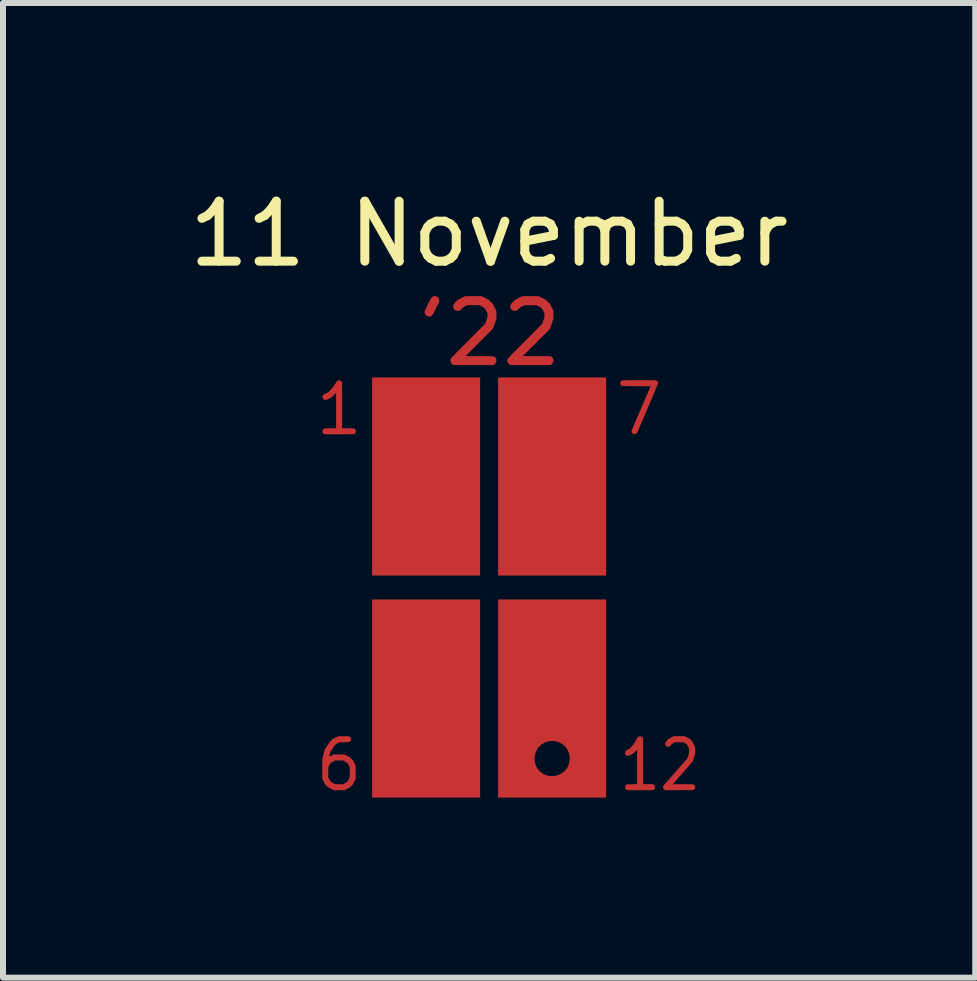
<source format=kicad_pcb>
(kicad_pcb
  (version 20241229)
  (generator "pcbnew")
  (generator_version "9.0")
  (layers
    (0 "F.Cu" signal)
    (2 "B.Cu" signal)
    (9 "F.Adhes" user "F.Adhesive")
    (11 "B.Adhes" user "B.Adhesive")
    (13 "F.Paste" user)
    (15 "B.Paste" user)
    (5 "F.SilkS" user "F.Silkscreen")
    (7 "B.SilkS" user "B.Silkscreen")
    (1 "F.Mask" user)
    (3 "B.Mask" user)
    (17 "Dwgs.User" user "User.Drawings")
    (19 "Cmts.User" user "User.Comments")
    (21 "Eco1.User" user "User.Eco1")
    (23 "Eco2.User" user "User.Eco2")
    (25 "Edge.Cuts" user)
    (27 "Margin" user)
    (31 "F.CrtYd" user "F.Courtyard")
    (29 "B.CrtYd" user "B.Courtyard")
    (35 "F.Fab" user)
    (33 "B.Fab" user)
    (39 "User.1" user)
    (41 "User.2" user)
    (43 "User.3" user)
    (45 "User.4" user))
  (footprint "11 November"
    (layer "F.Cu")
    (at 5.101 6.741)
    (property "Reference" "11 November" (at 0 -5.893 0) (unlocked yes) (layer "F.SilkS") (effects (font (size 1 1) (thickness 0.15))))
    (attr smd)
    (pad "1" smd custom (at -2.718 2.996) (size 0.01 0.01) (layers "F.Cu" "F.Mask" "F.Paste") (options (anchor circle)) (primitives (gr_poly (pts (xy 0.312 -0.518) (xy 0.329 -0.518) (xy 0.342 -0.518) (xy 0.354 -0.518) (xy 0.363 -0.517) (xy 0.37 -0.517) (xy 0.376 -0.517) (xy 0.38 -0.517) (xy 0.383 -0.516) (xy 0.385 -0.516) (xy 0.387 -0.515) (xy 0.389 -0.515) (xy 0.39 -0.514) (xy 0.399 -0.508) (xy 0.408 -0.5) (xy 0.414 -0.49) (xy 0.415 -0.489) (xy 0.417 -0.484) (xy 0.418 -0.479) (xy 0.419 -0.472) (xy 0.419 -0.468) (xy 0.418 -0.46) (xy 0.418 -0.454) (xy 0.416 -0.449) (xy 0.415 -0.447) (xy 0.408 -0.437) (xy 0.4 -0.429) (xy 0.391 -0.423) (xy 0.39 -0.422) (xy 0.388 -0.421) (xy 0.386 -0.421) (xy 0.384 -0.42) (xy 0.381 -0.42) (xy 0.376 -0.419) (xy 0.371 -0.419) (xy 0.364 -0.419) (xy 0.355 -0.418) (xy 0.344 -0.418) (xy 0.33 -0.418) (xy 0.313 -0.418) (xy 0.305 -0.418) (xy 0.227 -0.417) (xy 0.199 -0.403) (xy 0.189 -0.398) (xy 0.182 -0.394) (xy 0.176 -0.39) (xy 0.171 -0.387) (xy 0.167 -0.383) (xy 0.162 -0.379) (xy 0.157 -0.374) (xy 0.155 -0.372) (xy 0.15 -0.367) (xy 0.145 -0.362) (xy 0.141 -0.356) (xy 0.135 -0.349) (xy 0.129 -0.341) (xy 0.122 -0.331) (xy 0.114 -0.319) (xy 0.106 -0.306) (xy 0.072 -0.257) (xy 0.063 -0.219) (xy 0.06 -0.208) (xy 0.057 -0.198) (xy 0.055 -0.19) (xy 0.054 -0.184) (xy 0.053 -0.18) (xy 0.053 -0.179) (xy 0.054 -0.179) (xy 0.058 -0.18) (xy 0.064 -0.183) (xy 0.072 -0.187) (xy 0.081 -0.191) (xy 0.09 -0.195) (xy 0.128 -0.214) (xy 0.307 -0.214) (xy 0.399 -0.168) (xy 0.424 -0.143) (xy 0.449 -0.118) (xy 0.472 -0.072) (xy 0.495 -0.026) (xy 0.495 0.193) (xy 0.472 0.239) (xy 0.449 0.285) (xy 0.424 0.31) (xy 0.399 0.335) (xy 0.353 0.358) (xy 0.307 0.381) (xy 0.22 0.381) (xy 0.199 0.381) (xy 0.182 0.381) (xy 0.168 0.381) (xy 0.156 0.381) (xy 0.146 0.381) (xy 0.138 0.38) (xy 0.133 0.38) (xy 0.129 0.38) (xy 0.127 0.379) (xy 0.126 0.379) (xy 0.123 0.378) (xy 0.118 0.375) (xy 0.11 0.372) (xy 0.1 0.367) (xy 0.09 0.362) (xy 0.079 0.356) (xy 0.077 0.355) (xy 0.034 0.334) (xy 0.009 0.309) (xy -0.017 0.284) (xy -0.039 0.238) (xy -0.062 0.193) (xy -0.062 0.167) (xy 0.038 0.167) (xy 0.053 0.196) (xy 0.058 0.206) (xy 0.062 0.214) (xy 0.065 0.22) (xy 0.069 0.225) (xy 0.072 0.229) (xy 0.076 0.233) (xy 0.08 0.238) (xy 0.08 0.238) (xy 0.085 0.243) (xy 0.089 0.246) (xy 0.094 0.25) (xy 0.099 0.253) (xy 0.106 0.257) (xy 0.114 0.261) (xy 0.123 0.266) (xy 0.153 0.281) (xy 0.217 0.281) (xy 0.281 0.281) (xy 0.309 0.267) (xy 0.319 0.261) (xy 0.327 0.257) (xy 0.333 0.254) (xy 0.338 0.251) (xy 0.343 0.247) (xy 0.347 0.243) (xy 0.351 0.239) (xy 0.356 0.234) (xy 0.36 0.23) (xy 0.363 0.226) (xy 0.367 0.221) (xy 0.37 0.216) (xy 0.374 0.208) (xy 0.379 0.198) (xy 0.38 0.196) (xy 0.395 0.167) (xy 0.395 0) (xy 0.38 -0.029) (xy 0.375 -0.039) (xy 0.371 -0.047) (xy 0.367 -0.053) (xy 0.364 -0.058) (xy 0.361 -0.062) (xy 0.357 -0.066) (xy 0.353 -0.071) (xy 0.351 -0.072) (xy 0.346 -0.077) (xy 0.342 -0.081) (xy 0.337 -0.084) (xy 0.332 -0.088) (xy 0.326 -0.091) (xy 0.318 -0.095) (xy 0.309 -0.1) (xy 0.281 -0.114) (xy 0.154 -0.114) (xy 0.123 -0.099) (xy 0.113 -0.094) (xy 0.105 -0.089) (xy 0.099 -0.086) (xy 0.093 -0.083) (xy 0.089 -0.079) (xy 0.085 -0.076) (xy 0.08 -0.071) (xy 0.076 -0.067) (xy 0.072 -0.063) (xy 0.069 -0.059) (xy 0.066 -0.054) (xy 0.062 -0.048) (xy 0.058 -0.04) (xy 0.053 -0.03) (xy 0.053 -0.029) (xy 0.038 0) (xy 0.038 0.167) (xy -0.062 0.167) (xy -0.062 0.031) (xy -0.063 -0.132) (xy -0.042 -0.215) (xy -0.038 -0.231) (xy -0.034 -0.246) (xy -0.03 -0.261) (xy -0.027 -0.273) (xy -0.024 -0.284) (xy -0.022 -0.293) (xy -0.02 -0.299) (xy -0.019 -0.302) (xy -0.018 -0.303) (xy -0.017 -0.305) (xy -0.014 -0.31) (xy -0.009 -0.316) (xy -0.003 -0.325) (xy 0.003 -0.335) (xy 0.011 -0.347) (xy 0.019 -0.359) (xy 0.025 -0.367) (xy 0.034 -0.381) (xy 0.043 -0.393) (xy 0.049 -0.403) (xy 0.055 -0.411) (xy 0.06 -0.418) (xy 0.064 -0.423) (xy 0.069 -0.428) (xy 0.073 -0.433) (xy 0.077 -0.438) (xy 0.082 -0.442) (xy 0.087 -0.448) (xy 0.088 -0.449) (xy 0.111 -0.472) (xy 0.157 -0.495) (xy 0.203 -0.518) (xy 0.293 -0.518)) (width 0) (fill yes))))
    (pad "1" smd custom (at -2.515 -2.794) (size 0.01 0.01) (layers "F.Cu" "F.Mask" "F.Paste") (options (anchor circle)) (primitives (gr_poly (pts (xy 0.025 -0.658) (xy 0.037 -0.654) (xy 0.047 -0.647) (xy 0.055 -0.639) (xy 0.061 -0.629) (xy 0.065 -0.622) (xy 0.065 0.14) (xy 0.161 0.141) (xy 0.182 0.141) (xy 0.199 0.141) (xy 0.213 0.141) (xy 0.225 0.141) (xy 0.235 0.141) (xy 0.243 0.142) (xy 0.249 0.142) (xy 0.253 0.142) (xy 0.257 0.143) (xy 0.26 0.143) (xy 0.262 0.144) (xy 0.264 0.144) (xy 0.265 0.145) (xy 0.275 0.151) (xy 0.283 0.159) (xy 0.289 0.169) (xy 0.29 0.17) (xy 0.292 0.175) (xy 0.293 0.18) (xy 0.294 0.187) (xy 0.294 0.191) (xy 0.294 0.199) (xy 0.293 0.205) (xy 0.291 0.21) (xy 0.29 0.212) (xy 0.283 0.222) (xy 0.275 0.23) (xy 0.266 0.236) (xy 0.265 0.237) (xy 0.257 0.24) (xy 0.018 0.241) (xy -0.014 0.241) (xy -0.044 0.241) (xy -0.071 0.241) (xy -0.095 0.241) (xy -0.116 0.241) (xy -0.135 0.241) (xy -0.152 0.241) (xy -0.166 0.241) (xy -0.178 0.241) (xy -0.189 0.241) (xy -0.198 0.24) (xy -0.205 0.24) (xy -0.211 0.24) (xy -0.216 0.24) (xy -0.22 0.24) (xy -0.223 0.239) (xy -0.225 0.239) (xy -0.227 0.239) (xy -0.228 0.238) (xy -0.229 0.238) (xy -0.24 0.233) (xy -0.249 0.225) (xy -0.255 0.216) (xy -0.26 0.206) (xy -0.262 0.196) (xy -0.262 0.185) (xy -0.259 0.174) (xy -0.255 0.164) (xy -0.248 0.155) (xy -0.238 0.148) (xy -0.233 0.145) (xy -0.231 0.144) (xy -0.23 0.144) (xy -0.228 0.143) (xy -0.225 0.143) (xy -0.221 0.142) (xy -0.217 0.142) (xy -0.21 0.142) (xy -0.202 0.141) (xy -0.193 0.141) (xy -0.181 0.141) (xy -0.166 0.141) (xy -0.149 0.141) (xy -0.13 0.141) (xy -0.035 0.14) (xy -0.035 -0.449) (xy -0.071 -0.413) (xy -0.107 -0.377) (xy -0.198 -0.332) (xy -0.212 -0.332) (xy -0.22 -0.332) (xy -0.226 -0.333) (xy -0.231 -0.334) (xy -0.234 -0.336) (xy -0.244 -0.343) (xy -0.253 -0.352) (xy -0.258 -0.36) (xy -0.261 -0.369) (xy -0.262 -0.379) (xy -0.261 -0.39) (xy -0.259 -0.399) (xy -0.258 -0.402) (xy -0.256 -0.407) (xy -0.253 -0.411) (xy -0.249 -0.415) (xy -0.244 -0.419) (xy -0.238 -0.424) (xy -0.229 -0.428) (xy -0.219 -0.434) (xy -0.206 -0.441) (xy -0.204 -0.442) (xy -0.166 -0.461) (xy -0.131 -0.497) (xy -0.095 -0.533) (xy -0.058 -0.588) (xy -0.048 -0.603) (xy -0.04 -0.616) (xy -0.033 -0.626) (xy -0.027 -0.634) (xy -0.022 -0.64) (xy -0.018 -0.645) (xy -0.014 -0.649) (xy -0.011 -0.652) (xy -0.007 -0.654) (xy -0.003 -0.655) (xy 0.001 -0.657) (xy 0.001 -0.657) (xy 0.013 -0.659)) (width 0) (fill yes))))
    (pad "1" smd custom (at -1.448 -0.432) (size 0.01 0.01) (layers "F.Cu" "F.Mask" "F.Paste") (options (anchor circle)) (primitives (gr_poly (pts (xy 1.298 0.232) (xy -0.502 0.232) (xy -0.502 -3.069) (xy 1.298 -3.069)) (width 0) (fill yes))))
    (pad "1" smd custom (at -1.448 3.268) (size 0.01 0.01) (layers "F.Cu" "F.Mask" "F.Paste") (options (anchor circle)) (primitives (gr_poly (pts (xy 1.298 0.232) (xy -0.502 0.232) (xy -0.502 -3.069) (xy 1.298 -3.069)) (width 0) (fill yes))))
    (pad "1" smd custom (at -0.914 -4.75) (size 0.01 0.01) (layers "F.Cu" "F.Mask" "F.Paste") (options (anchor circle)) (primitives (gr_poly (pts (xy 0.028 -0.104) (xy 0.043 -0.099) (xy 0.057 -0.09) (xy 0.063 -0.085) (xy 0.074 -0.071) (xy 0.08 -0.057) (xy 0.083 -0.04) (xy 0.084 -0.031) (xy 0.084 -0.012) (xy 0.03 0.095) (xy 0.017 0.122) (xy 0.005 0.144) (xy -0.004 0.163) (xy -0.013 0.178) (xy -0.02 0.191) (xy -0.026 0.201) (xy -0.031 0.208) (xy -0.036 0.214) (xy -0.04 0.219) (xy -0.045 0.222) (xy -0.05 0.225) (xy -0.055 0.228) (xy -0.056 0.228) (xy -0.068 0.232) (xy -0.082 0.234) (xy -0.097 0.234) (xy -0.109 0.231) (xy -0.109 0.231) (xy -0.126 0.223) (xy -0.14 0.212) (xy -0.151 0.197) (xy -0.159 0.181) (xy -0.162 0.163) (xy -0.162 0.152) (xy -0.16 0.146) (xy -0.157 0.137) (xy -0.151 0.124) (xy -0.144 0.109) (xy -0.136 0.091) (xy -0.127 0.072) (xy -0.117 0.052) (xy -0.107 0.031) (xy -0.097 0.011) (xy -0.086 -0.009) (xy -0.077 -0.028) (xy -0.067 -0.045) (xy -0.059 -0.06) (xy -0.052 -0.072) (xy -0.047 -0.08) (xy -0.043 -0.085) (xy -0.031 -0.095) (xy -0.018 -0.102) (xy -0.003 -0.105) (xy 0.01 -0.106)) (width 0) (fill yes))))
    (pad "1" smd custom (at 0.076 -4.572) (size 0.01 0.01) (layers "F.Cu" "F.Mask" "F.Paste") (options (anchor circle)) (primitives (gr_poly (pts (xy -0.263 -0.284) (xy -0.244 -0.284) (xy -0.229 -0.284) (xy -0.218 -0.283) (xy -0.209 -0.283) (xy -0.203 -0.282) (xy -0.199 -0.282) (xy -0.199 -0.282) (xy -0.194 -0.28) (xy -0.185 -0.276) (xy -0.173 -0.27) (xy -0.16 -0.263) (xy -0.145 -0.256) (xy -0.136 -0.251) (xy -0.083 -0.224) (xy -0.014 -0.155) (xy 0.014 -0.102) (xy 0.021 -0.086) (xy 0.029 -0.072) (xy 0.035 -0.059) (xy 0.04 -0.048) (xy 0.043 -0.041) (xy 0.044 -0.039) (xy 0.045 -0.033) (xy 0.046 -0.025) (xy 0.046 -0.014) (xy 0.047 0.001) (xy 0.047 0.021) (xy 0.046 0.033) (xy 0.046 0.095) (xy 0.02 0.168) (xy 0.014 0.187) (xy 0.008 0.204) (xy 0.002 0.22) (xy -0.003 0.233) (xy -0.006 0.243) (xy -0.009 0.25) (xy -0.009 0.251) (xy -0.011 0.254) (xy -0.014 0.258) (xy -0.02 0.264) (xy -0.027 0.272) (xy -0.037 0.283) (xy -0.05 0.296) (xy -0.064 0.311) (xy -0.082 0.329) (xy -0.102 0.35) (xy -0.125 0.373) (xy -0.152 0.399) (xy -0.181 0.429) (xy -0.214 0.462) (xy -0.24 0.488) (xy -0.466 0.715) (xy -0.237 0.716) (xy -0.199 0.716) (xy -0.165 0.716) (xy -0.135 0.716) (xy -0.109 0.716) (xy -0.087 0.716) (xy -0.068 0.716) (xy -0.052 0.716) (xy -0.039 0.717) (xy -0.029 0.717) (xy -0.021 0.717) (xy -0.014 0.718) (xy -0.009 0.718) (xy -0.006 0.719) (xy -0.003 0.719) (xy -0.000429 0.72) (xy 0.002 0.721) (xy 0.003 0.722) (xy 0.017 0.73) (xy 0.029 0.743) (xy 0.039 0.757) (xy 0.04 0.758) (xy 0.043 0.766) (xy 0.045 0.775) (xy 0.046 0.785) (xy 0.046 0.79) (xy 0.045 0.802) (xy 0.044 0.811) (xy 0.041 0.819) (xy 0.04 0.822) (xy 0.03 0.837) (xy 0.018 0.85) (xy 0.004 0.859) (xy 0.003 0.859) (xy -0.009 0.865) (xy -0.334 0.865) (xy -0.381 0.865) (xy -0.423 0.865) (xy -0.461 0.865) (xy -0.495 0.865) (xy -0.524 0.865) (xy -0.55 0.865) (xy -0.573 0.865) (xy -0.592 0.865) (xy -0.609 0.865) (xy -0.623 0.865) (xy -0.635 0.865) (xy -0.644 0.864) (xy -0.652 0.864) (xy -0.658 0.864) (xy -0.662 0.863) (xy -0.666 0.863) (xy -0.669 0.862) (xy -0.671 0.862) (xy -0.672 0.861) (xy -0.689 0.853) (xy -0.702 0.842) (xy -0.713 0.827) (xy -0.719 0.811) (xy -0.722 0.793) (xy -0.721 0.775) (xy -0.715 0.758) (xy -0.714 0.756) (xy -0.712 0.753) (xy -0.708 0.748) (xy -0.703 0.743) (xy -0.697 0.736) (xy -0.689 0.727) (xy -0.679 0.717) (xy -0.667 0.704) (xy -0.653 0.69) (xy -0.637 0.674) (xy -0.618 0.655) (xy -0.597 0.633) (xy -0.573 0.609) (xy -0.547 0.582) (xy -0.517 0.553) (xy -0.484 0.52) (xy -0.448 0.484) (xy -0.426 0.461) (xy -0.142 0.177) (xy -0.104 0.063) (xy -0.104 0.032) (xy -0.104 0.001) (xy -0.12 -0.031) (xy -0.128 -0.045) (xy -0.134 -0.057) (xy -0.141 -0.066) (xy -0.148 -0.074) (xy -0.154 -0.081) (xy -0.162 -0.089) (xy -0.17 -0.095) (xy -0.178 -0.101) (xy -0.187 -0.107) (xy -0.2 -0.114) (xy -0.205 -0.116) (xy -0.239 -0.134) (xy -0.438 -0.134) (xy -0.471 -0.117) (xy -0.484 -0.111) (xy -0.494 -0.105) (xy -0.503 -0.099) (xy -0.511 -0.093) (xy -0.52 -0.085) (xy -0.53 -0.075) (xy -0.544 -0.062) (xy -0.555 -0.053) (xy -0.564 -0.046) (xy -0.574 -0.042) (xy -0.583 -0.04) (xy -0.594 -0.039) (xy -0.6 -0.038) (xy -0.618 -0.04) (xy -0.633 -0.045) (xy -0.647 -0.054) (xy -0.653 -0.059) (xy -0.664 -0.073) (xy -0.671 -0.087) (xy -0.674 -0.104) (xy -0.674 -0.113) (xy -0.674 -0.123) (xy -0.673 -0.133) (xy -0.67 -0.141) (xy -0.666 -0.149) (xy -0.659 -0.158) (xy -0.65 -0.169) (xy -0.638 -0.181) (xy -0.629 -0.191) (xy -0.595 -0.224) (xy -0.536 -0.254) (xy -0.476 -0.283) (xy -0.343 -0.284) (xy -0.312 -0.284) (xy -0.285 -0.284)) (width 0) (fill yes))))
    (pad "1" smd custom (at 0.627 3.319) (size 0.01 0.01) (layers "F.Cu" "F.Mask" "F.Paste") (options (anchor circle)) (primitives (gr_poly (pts (xy -0.477 -3.12) (xy 1.323 -3.12) (xy 1.323 -0.469) (xy 0.717 -0.469) (xy 0.708 -0.543) (xy 0.683 -0.609) (xy 0.644 -0.665) (xy 0.593 -0.71) (xy 0.534 -0.742) (xy 0.468 -0.76) (xy 0.397 -0.762) (xy 0.325 -0.746) (xy 0.298 -0.735) (xy 0.237 -0.697) (xy 0.188 -0.646) (xy 0.154 -0.587) (xy 0.134 -0.521) (xy 0.129 -0.453) (xy 0.14 -0.385) (xy 0.167 -0.321) (xy 0.211 -0.263) (xy 0.214 -0.26) (xy 0.272 -0.214) (xy 0.336 -0.186) (xy 0.402 -0.175) (xy 0.468 -0.178) (xy 0.531 -0.196) (xy 0.589 -0.227) (xy 0.639 -0.27) (xy 0.679 -0.323) (xy 0.706 -0.387) (xy 0.717 -0.459) (xy 0.717 -0.469) (xy 1.323 -0.469) (xy 1.323 0.182) (xy -0.477 0.182)) (width 0) (fill yes))))
    (pad "1" smd custom (at 0.652 -0.432) (size 0.01 0.01) (layers "F.Cu" "F.Mask" "F.Paste") (options (anchor circle)) (primitives (gr_poly (pts (xy 1.298 0.232) (xy -0.502 0.232) (xy -0.502 -3.069) (xy 1.298 -3.069)) (width 0) (fill yes))))
    (pad "1" smd custom (at 0.965 -4.724) (size 0.01 0.01) (layers "F.Cu" "F.Mask" "F.Paste") (options (anchor circle)) (primitives (gr_poly (pts (xy -0.308 -0.132) (xy -0.277 -0.132) (xy -0.272 -0.132) (xy -0.138 -0.131) (xy -0.079 -0.101) (xy -0.019 -0.072) (xy 0.015 -0.037) (xy 0.05 -0.002) (xy 0.078 0.055) (xy 0.107 0.113) (xy 0.108 0.177) (xy 0.108 0.241) (xy 0.082 0.321) (xy 0.076 0.34) (xy 0.069 0.358) (xy 0.064 0.375) (xy 0.059 0.388) (xy 0.055 0.399) (xy 0.053 0.406) (xy 0.052 0.408) (xy 0.05 0.411) (xy 0.044 0.417) (xy 0.036 0.426) (xy 0.024 0.438) (xy 0.01 0.452) (xy -0.006 0.469) (xy -0.025 0.488) (xy -0.046 0.509) (xy -0.069 0.532) (xy -0.093 0.557) (xy -0.118 0.582) (xy -0.145 0.609) (xy -0.173 0.637) (xy -0.177 0.642) (xy -0.403 0.867) (xy -0.175 0.868) (xy -0.136 0.868) (xy -0.102 0.868) (xy -0.073 0.868) (xy -0.047 0.868) (xy -0.025 0.869) (xy -0.006 0.869) (xy 0.009 0.869) (xy 0.022 0.869) (xy 0.032 0.869) (xy 0.041 0.87) (xy 0.047 0.87) (xy 0.052 0.871) (xy 0.056 0.871) (xy 0.058 0.872) (xy 0.061 0.873) (xy 0.063 0.873) (xy 0.064 0.874) (xy 0.078 0.883) (xy 0.091 0.895) (xy 0.1 0.91) (xy 0.101 0.911) (xy 0.105 0.925) (xy 0.107 0.941) (xy 0.106 0.957) (xy 0.102 0.972) (xy 0.101 0.975) (xy 0.091 0.989) (xy 0.079 1.002) (xy 0.065 1.011) (xy 0.064 1.012) (xy 0.052 1.017) (xy -0.273 1.018) (xy -0.32 1.018) (xy -0.362 1.018) (xy -0.4 1.018) (xy -0.433 1.018) (xy -0.463 1.018) (xy -0.489 1.018) (xy -0.512 1.018) (xy -0.531 1.018) (xy -0.548 1.017) (xy -0.562 1.017) (xy -0.573 1.017) (xy -0.583 1.017) (xy -0.591 1.017) (xy -0.597 1.016) (xy -0.601 1.016) (xy -0.605 1.015) (xy -0.608 1.015) (xy -0.61 1.014) (xy -0.611 1.014) (xy -0.627 1.006) (xy -0.641 0.994) (xy -0.651 0.98) (xy -0.658 0.963) (xy -0.661 0.946) (xy -0.66 0.928) (xy -0.654 0.91) (xy -0.652 0.908) (xy -0.65 0.904) (xy -0.645 0.899) (xy -0.639 0.892) (xy -0.631 0.884) (xy -0.621 0.873) (xy -0.609 0.861) (xy -0.595 0.846) (xy -0.578 0.829) (xy -0.559 0.81) (xy -0.538 0.788) (xy -0.513 0.763) (xy -0.486 0.736) (xy -0.455 0.705) (xy -0.422 0.671) (xy -0.385 0.634) (xy -0.364 0.614) (xy -0.08 0.329) (xy -0.061 0.274) (xy -0.043 0.218) (xy -0.043 0.152) (xy -0.059 0.12) (xy -0.069 0.1) (xy -0.079 0.084) (xy -0.09 0.071) (xy -0.102 0.06) (xy -0.116 0.05) (xy -0.134 0.04) (xy -0.142 0.036) (xy -0.176 0.019) (xy -0.376 0.019) (xy -0.41 0.036) (xy -0.424 0.044) (xy -0.435 0.049) (xy -0.443 0.055) (xy -0.451 0.061) (xy -0.46 0.069) (xy -0.47 0.078) (xy -0.47 0.078) (xy -0.483 0.091) (xy -0.494 0.1) (xy -0.504 0.107) (xy -0.514 0.111) (xy -0.524 0.113) (xy -0.536 0.114) (xy -0.539 0.114) (xy -0.557 0.112) (xy -0.572 0.107) (xy -0.586 0.099) (xy -0.592 0.093) (xy -0.603 0.08) (xy -0.61 0.065) (xy -0.613 0.049) (xy -0.613 0.04) (xy -0.613 0.03) (xy -0.611 0.021) (xy -0.609 0.012) (xy -0.604 0.004) (xy -0.598 -0.005) (xy -0.588 -0.015) (xy -0.576 -0.028) (xy -0.566 -0.038) (xy -0.531 -0.072) (xy -0.479 -0.099) (xy -0.463 -0.107) (xy -0.449 -0.114) (xy -0.436 -0.12) (xy -0.425 -0.125) (xy -0.418 -0.128) (xy -0.416 -0.129) (xy -0.412 -0.13) (xy -0.406 -0.13) (xy -0.398 -0.131) (xy -0.387 -0.131) (xy -0.373 -0.132) (xy -0.355 -0.132) (xy -0.333 -0.132)) (width 0) (fill yes))))
    (pad "1" smd custom (at 2.667 3.353) (size 0.01 0.01) (layers "F.Cu" "F.Mask" "F.Paste") (options (anchor circle)) (primitives (gr_poly (pts (xy -0.137 -0.873) (xy -0.126 -0.868) (xy -0.117 -0.862) (xy -0.109 -0.853) (xy -0.105 -0.846) (xy -0.101 -0.838) (xy -0.101 -0.457) (xy -0.1 -0.076) (xy 0.062 -0.075) (xy 0.071 -0.071) (xy 0.081 -0.064) (xy 0.09 -0.054) (xy 0.095 -0.047) (xy 0.097 -0.041) (xy 0.098 -0.036) (xy 0.099 -0.029) (xy 0.099 -0.025) (xy 0.099 -0.018) (xy 0.098 -0.012) (xy 0.096 -0.007) (xy 0.095 -0.004) (xy 0.088 0.007) (xy 0.078 0.015) (xy 0.071 0.02) (xy 0.062 0.024) (xy -0.149 0.024) (xy -0.181 0.024) (xy -0.21 0.024) (xy -0.236 0.024) (xy -0.259 0.024) (xy -0.279 0.024) (xy -0.297 0.024) (xy -0.312 0.024) (xy -0.325 0.024) (xy -0.336 0.024) (xy -0.345 0.024) (xy -0.353 0.024) (xy -0.358 0.023) (xy -0.362 0.023) (xy -0.365 0.023) (xy -0.367 0.023) (xy -0.367 0.023) (xy -0.378 0.018) (xy -0.387 0.01) (xy -0.394 0.002) (xy -0.399 -0.008) (xy -0.402 -0.019) (xy -0.402 -0.03) (xy -0.4 -0.041) (xy -0.395 -0.051) (xy -0.388 -0.06) (xy -0.379 -0.068) (xy -0.373 -0.071) (xy -0.365 -0.075) (xy -0.283 -0.075) (xy -0.201 -0.076) (xy -0.201 -0.364) (xy -0.201 -0.395) (xy -0.201 -0.424) (xy -0.201 -0.453) (xy -0.201 -0.48) (xy -0.201 -0.506) (xy -0.201 -0.531) (xy -0.201 -0.553) (xy -0.201 -0.574) (xy -0.201 -0.593) (xy -0.201 -0.609) (xy -0.201 -0.623) (xy -0.201 -0.635) (xy -0.201 -0.643) (xy -0.202 -0.649) (xy -0.202 -0.652) (xy -0.202 -0.652) (xy -0.203 -0.651) (xy -0.206 -0.648) (xy -0.211 -0.643) (xy -0.216 -0.636) (xy -0.223 -0.628) (xy -0.226 -0.625) (xy -0.233 -0.617) (xy -0.239 -0.61) (xy -0.245 -0.604) (xy -0.25 -0.599) (xy -0.252 -0.596) (xy -0.253 -0.596) (xy -0.256 -0.593) (xy -0.262 -0.59) (xy -0.269 -0.586) (xy -0.278 -0.581) (xy -0.288 -0.575) (xy -0.298 -0.569) (xy -0.308 -0.564) (xy -0.317 -0.559) (xy -0.325 -0.555) (xy -0.332 -0.551) (xy -0.337 -0.549) (xy -0.338 -0.549) (xy -0.35 -0.547) (xy -0.361 -0.548) (xy -0.373 -0.551) (xy -0.383 -0.558) (xy -0.392 -0.566) (xy -0.398 -0.575) (xy -0.401 -0.585) (xy -0.402 -0.595) (xy -0.401 -0.606) (xy -0.399 -0.615) (xy -0.398 -0.618) (xy -0.395 -0.623) (xy -0.392 -0.627) (xy -0.387 -0.632) (xy -0.381 -0.636) (xy -0.374 -0.641) (xy -0.364 -0.647) (xy -0.352 -0.655) (xy -0.349 -0.656) (xy -0.316 -0.675) (xy -0.288 -0.708) (xy -0.259 -0.741) (xy -0.225 -0.799) (xy -0.216 -0.814) (xy -0.209 -0.826) (xy -0.202 -0.836) (xy -0.198 -0.844) (xy -0.193 -0.85) (xy -0.19 -0.855) (xy -0.187 -0.859) (xy -0.185 -0.861) (xy -0.183 -0.863) (xy -0.182 -0.864) (xy -0.172 -0.87) (xy -0.16 -0.874) (xy -0.149 -0.875)) (width 0) (fill yes))))
    (pad "1" smd custom (at 2.692 -3.251) (size 0.01 0.01) (layers "F.Cu" "F.Mask" "F.Paste") (options (anchor circle)) (primitives (gr_poly (pts (xy -0.139 -0.204) (xy -0.094 -0.204) (xy -0.055 -0.204) (xy -0.022 -0.204) (xy 0.006 -0.204) (xy 0.028 -0.204) (xy 0.047 -0.203) (xy 0.062 -0.203) (xy 0.073 -0.202) (xy 0.082 -0.202) (xy 0.088 -0.201) (xy 0.093 -0.2) (xy 0.096 -0.199) (xy 0.099 -0.198) (xy 0.099 -0.197) (xy 0.112 -0.187) (xy 0.121 -0.173) (xy 0.125 -0.157) (xy 0.125 -0.155) (xy 0.124 -0.15) (xy 0.12 -0.14) (xy 0.113 -0.123) (xy 0.104 -0.101) (xy 0.093 -0.075) (xy 0.08 -0.044) (xy 0.066 -0.01) (xy 0.05 0.028) (xy 0.033 0.068) (xy 0.015 0.111) (xy -0.004 0.155) (xy -0.023 0.201) (xy -0.043 0.247) (xy -0.063 0.293) (xy -0.082 0.339) (xy -0.102 0.384) (xy -0.12 0.428) (xy -0.138 0.47) (xy -0.155 0.509) (xy -0.171 0.546) (xy -0.186 0.579) (xy -0.198 0.608) (xy -0.209 0.632) (xy -0.218 0.652) (xy -0.224 0.666) (xy -0.228 0.674) (xy -0.229 0.676) (xy -0.238 0.685) (xy -0.251 0.692) (xy -0.266 0.696) (xy -0.27 0.696) (xy -0.28 0.694) (xy -0.292 0.69) (xy -0.293 0.689) (xy -0.306 0.679) (xy -0.315 0.664) (xy -0.319 0.648) (xy -0.319 0.646) (xy -0.318 0.641) (xy -0.313 0.63) (xy -0.306 0.612) (xy -0.297 0.589) (xy -0.286 0.561) (xy -0.272 0.529) (xy -0.256 0.492) (xy -0.239 0.451) (xy -0.22 0.406) (xy -0.2 0.359) (xy -0.178 0.308) (xy -0.16 0.266) (xy -0.001 -0.102) (xy -0.239 -0.104) (xy -0.288 -0.105) (xy -0.331 -0.105) (xy -0.367 -0.105) (xy -0.397 -0.106) (xy -0.422 -0.106) (xy -0.442 -0.107) (xy -0.458 -0.108) (xy -0.471 -0.109) (xy -0.48 -0.111) (xy -0.487 -0.113) (xy -0.492 -0.116) (xy -0.495 -0.119) (xy -0.498 -0.122) (xy -0.5 -0.127) (xy -0.502 -0.132) (xy -0.502 -0.132) (xy -0.507 -0.15) (xy -0.506 -0.168) (xy -0.498 -0.184) (xy -0.485 -0.196) (xy -0.482 -0.197) (xy -0.479 -0.199) (xy -0.476 -0.2) (xy -0.471 -0.201) (xy -0.465 -0.201) (xy -0.457 -0.202) (xy -0.446 -0.203) (xy -0.431 -0.203) (xy -0.413 -0.203) (xy -0.391 -0.204) (xy -0.364 -0.204) (xy -0.331 -0.204) (xy -0.293 -0.204) (xy -0.248 -0.204) (xy -0.197 -0.204) (xy -0.191 -0.204)) (width 0) (fill yes))))
    (pad "1" smd custom (at 3.277 3.327) (size 0.01 0.01) (layers "F.Cu" "F.Mask" "F.Paste") (options (anchor circle)) (primitives (gr_poly (pts (xy -0.089 -0.85) (xy -0.074 -0.85) (xy -0.06 -0.849) (xy -0.047 -0.849) (xy -0.035 -0.849) (xy -0.026 -0.849) (xy -0.019 -0.848) (xy -0.014 -0.848) (xy -0.014 -0.848) (xy -0.011 -0.847) (xy -0.005 -0.844) (xy 0.003 -0.84) (xy 0.012 -0.835) (xy 0.022 -0.829) (xy 0.032 -0.824) (xy 0.072 -0.801) (xy 0.091 -0.78) (xy 0.098 -0.772) (xy 0.104 -0.765) (xy 0.109 -0.759) (xy 0.113 -0.755) (xy 0.114 -0.752) (xy 0.116 -0.749) (xy 0.119 -0.744) (xy 0.123 -0.736) (xy 0.127 -0.727) (xy 0.132 -0.716) (xy 0.137 -0.705) (xy 0.138 -0.704) (xy 0.156 -0.661) (xy 0.157 -0.613) (xy 0.157 -0.565) (xy 0.139 -0.5) (xy 0.134 -0.483) (xy 0.13 -0.468) (xy 0.126 -0.456) (xy 0.123 -0.446) (xy 0.12 -0.439) (xy 0.118 -0.434) (xy 0.116 -0.43) (xy 0.116 -0.429) (xy 0.114 -0.427) (xy 0.111 -0.423) (xy 0.105 -0.416) (xy 0.098 -0.408) (xy 0.088 -0.397) (xy 0.078 -0.385) (xy 0.066 -0.371) (xy 0.052 -0.356) (xy 0.038 -0.339) (xy 0.022 -0.321) (xy 0.005 -0.302) (xy -0.012 -0.282) (xy -0.03 -0.261) (xy -0.049 -0.24) (xy -0.052 -0.236) (xy -0.216 -0.05) (xy -0.048 -0.05) (xy -0.021 -0.05) (xy 0.003 -0.05) (xy 0.025 -0.05) (xy 0.043 -0.05) (xy 0.059 -0.05) (xy 0.073 -0.05) (xy 0.084 -0.049) (xy 0.094 -0.049) (xy 0.102 -0.049) (xy 0.108 -0.049) (xy 0.113 -0.049) (xy 0.117 -0.048) (xy 0.12 -0.048) (xy 0.123 -0.048) (xy 0.124 -0.047) (xy 0.126 -0.047) (xy 0.127 -0.046) (xy 0.128 -0.046) (xy 0.137 -0.04) (xy 0.145 -0.032) (xy 0.152 -0.022) (xy 0.152 -0.021) (xy 0.155 -0.012) (xy 0.157 -0.001) (xy 0.156 0.01) (xy 0.153 0.019) (xy 0.152 0.021) (xy 0.146 0.031) (xy 0.138 0.039) (xy 0.128 0.046) (xy 0.128 0.046) (xy 0.12 0.049) (xy -0.108 0.05) (xy -0.141 0.05) (xy -0.171 0.05) (xy -0.197 0.05) (xy -0.221 0.05) (xy -0.242 0.05) (xy -0.261 0.05) (xy -0.277 0.05) (xy -0.292 0.05) (xy -0.304 0.05) (xy -0.314 0.049) (xy -0.322 0.049) (xy -0.329 0.049) (xy -0.334 0.049) (xy -0.338 0.049) (xy -0.341 0.048) (xy -0.342 0.048) (xy -0.343 0.048) (xy -0.354 0.043) (xy -0.363 0.035) (xy -0.371 0.026) (xy -0.376 0.015) (xy -0.378 0.003) (xy -0.378 -0.000019) (xy -0.377 -0.01) (xy -0.374 -0.02) (xy -0.369 -0.028) (xy -0.368 -0.029) (xy -0.367 -0.031) (xy -0.364 -0.035) (xy -0.358 -0.041) (xy -0.351 -0.049) (xy -0.342 -0.059) (xy -0.332 -0.071) (xy -0.32 -0.084) (xy -0.308 -0.099) (xy -0.293 -0.115) (xy -0.279 -0.132) (xy -0.263 -0.15) (xy -0.246 -0.169) (xy -0.229 -0.188) (xy -0.212 -0.208) (xy -0.194 -0.229) (xy -0.176 -0.249) (xy -0.158 -0.27) (xy -0.14 -0.29) (xy -0.122 -0.31) (xy -0.105 -0.33) (xy -0.088 -0.349) (xy -0.072 -0.368) (xy -0.056 -0.385) (xy -0.041 -0.402) (xy -0.028 -0.417) (xy -0.016 -0.431) (xy -0.005 -0.444) (xy 0.005 -0.455) (xy 0.013 -0.464) (xy 0.019 -0.471) (xy 0.024 -0.476) (xy 0.025 -0.477) (xy 0.027 -0.48) (xy 0.029 -0.485) (xy 0.031 -0.493) (xy 0.034 -0.503) (xy 0.038 -0.514) (xy 0.042 -0.527) (xy 0.042 -0.529) (xy 0.056 -0.578) (xy 0.056 -0.637) (xy 0.044 -0.666) (xy 0.039 -0.677) (xy 0.036 -0.685) (xy 0.032 -0.691) (xy 0.029 -0.696) (xy 0.026 -0.7) (xy 0.023 -0.704) (xy 0.019 -0.709) (xy 0.014 -0.714) (xy 0.01 -0.718) (xy 0.005 -0.722) (xy -0.001 -0.726) (xy -0.008 -0.73) (xy -0.017 -0.735) (xy -0.041 -0.749) (xy -0.18 -0.749) (xy -0.204 -0.735) (xy -0.213 -0.73) (xy -0.22 -0.726) (xy -0.225 -0.722) (xy -0.23 -0.719) (xy -0.234 -0.714) (xy -0.24 -0.708) (xy -0.245 -0.702) (xy -0.254 -0.693) (xy -0.262 -0.686) (xy -0.268 -0.68) (xy -0.275 -0.677) (xy -0.281 -0.675) (xy -0.289 -0.674) (xy -0.294 -0.674) (xy -0.307 -0.675) (xy -0.317 -0.678) (xy -0.326 -0.684) (xy -0.33 -0.688) (xy -0.337 -0.697) (xy -0.342 -0.707) (xy -0.344 -0.719) (xy -0.344 -0.723) (xy -0.344 -0.729) (xy -0.343 -0.735) (xy -0.341 -0.741) (xy -0.338 -0.747) (xy -0.333 -0.753) (xy -0.327 -0.761) (xy -0.319 -0.771) (xy -0.314 -0.777) (xy -0.292 -0.801) (xy -0.253 -0.824) (xy -0.242 -0.83) (xy -0.232 -0.835) (xy -0.223 -0.84) (xy -0.216 -0.844) (xy -0.21 -0.847) (xy -0.207 -0.848) (xy -0.204 -0.848) (xy -0.198 -0.849) (xy -0.189 -0.849) (xy -0.178 -0.849) (xy -0.166 -0.849) (xy -0.152 -0.85) (xy -0.137 -0.85) (xy -0.121 -0.85) (xy -0.105 -0.85)) (width 0) (fill yes)))))
  (gr_rect
    (start -3 -3)
    (end 13.202 13.242)
    (stroke (width 0.1) (type default))
    (fill no)
    (layer "Edge.Cuts")))
</source>
